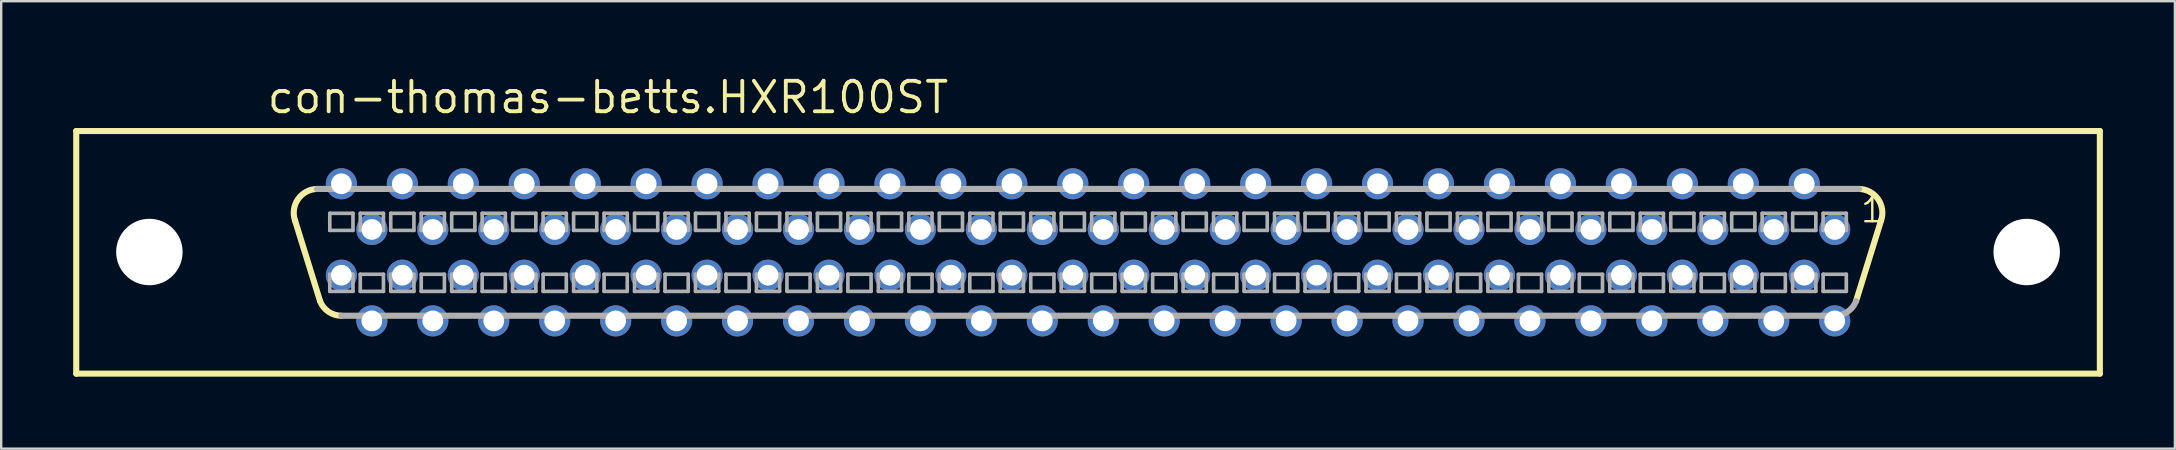
<source format=kicad_pcb>
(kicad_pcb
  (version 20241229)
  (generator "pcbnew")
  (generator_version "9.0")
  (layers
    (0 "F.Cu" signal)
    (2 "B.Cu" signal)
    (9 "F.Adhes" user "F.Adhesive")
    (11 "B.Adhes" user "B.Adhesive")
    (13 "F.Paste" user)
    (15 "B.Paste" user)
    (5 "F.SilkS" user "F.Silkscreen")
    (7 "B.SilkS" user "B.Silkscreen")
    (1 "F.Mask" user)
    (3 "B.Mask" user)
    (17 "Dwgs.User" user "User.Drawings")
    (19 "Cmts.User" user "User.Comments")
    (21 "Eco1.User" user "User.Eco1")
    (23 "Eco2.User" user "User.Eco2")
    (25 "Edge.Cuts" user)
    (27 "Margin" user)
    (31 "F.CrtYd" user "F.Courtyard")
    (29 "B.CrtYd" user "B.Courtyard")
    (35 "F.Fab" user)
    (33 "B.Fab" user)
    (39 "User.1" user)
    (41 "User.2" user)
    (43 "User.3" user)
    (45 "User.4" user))
  (footprint "con-thomas-betts.HXR100ST"
    (layer "F.Cu")
    (at 42.291 7.465)
    (property "Reference" "con-thomas-betts.HXR100ST" (at -34.29 -5.715 0) (layer "F.SilkS") (effects (font (size 1.27 1.27) (thickness 0.16)) (justify left bottom)))
    (attr through_hole)
    (fp_line (start -42.164 -5.055) (end 42.164 -5.055) (stroke (width 0.254) (type default)) (layer "F.SilkS"))
    (fp_line (start -42.164 5.055) (end -42.164 -5.055) (stroke (width 0.254) (type default)) (layer "F.SilkS"))
    (fp_line (start -32.004 2.032) (end -33.045 -1.321) (stroke (width 0.254) (type default)) (layer "F.SilkS"))
    (fp_line (start 32.004 2.032) (end 33.045 -1.321) (stroke (width 0.254) (type default)) (layer "F.SilkS"))
    (fp_line (start 42.164 -5.055) (end 42.164 5.055) (stroke (width 0.254) (type default)) (layer "F.SilkS"))
    (fp_line (start 42.164 5.055) (end -42.164 5.055) (stroke (width 0.254) (type default)) (layer "F.SilkS"))
    (fp_arc (start -33.0454 -1.3208) (mid -32.923543 -2.213361) (end -32.131 -2.6416) (stroke (width 0.254) (type default)) (layer "F.SilkS"))
    (fp_arc (start -31.115 2.6416) (mid -31.654029 2.474654) (end -32.004 2.032) (stroke (width 0.254) (type default)) (layer "F.SilkS"))
    (fp_arc (start 32.131 -2.6416) (mid 32.923543 -2.213361) (end 33.0454 -1.3208) (stroke (width 0.254) (type default)) (layer "F.SilkS"))
    (fp_line (start -31.598 -1.626) (end -31.598 -0.914) (stroke (width 0.152) (type default)) (layer "F.Fab"))
    (fp_line (start -31.598 -0.914) (end -30.632 -0.914) (stroke (width 0.152) (type default)) (layer "F.Fab"))
    (fp_line (start -31.598 0.914) (end -31.598 1.626) (stroke (width 0.152) (type default)) (layer "F.Fab"))
    (fp_line (start -31.598 1.626) (end -30.632 1.626) (stroke (width 0.152) (type default)) (layer "F.Fab"))
    (fp_line (start -30.632 -1.626) (end -31.598 -1.626) (stroke (width 0.152) (type default)) (layer "F.Fab"))
    (fp_line (start -30.632 -0.914) (end -30.632 -1.626) (stroke (width 0.152) (type default)) (layer "F.Fab"))
    (fp_line (start -30.632 0.914) (end -31.598 0.914) (stroke (width 0.152) (type default)) (layer "F.Fab"))
    (fp_line (start -30.632 1.626) (end -30.632 0.914) (stroke (width 0.152) (type default)) (layer "F.Fab"))
    (fp_line (start -30.328 -1.626) (end -30.328 -0.914) (stroke (width 0.152) (type default)) (layer "F.Fab"))
    (fp_line (start -30.328 -0.914) (end -29.362 -0.914) (stroke (width 0.152) (type default)) (layer "F.Fab"))
    (fp_line (start -30.328 0.914) (end -30.328 1.626) (stroke (width 0.152) (type default)) (layer "F.Fab"))
    (fp_line (start -30.328 1.626) (end -29.362 1.626) (stroke (width 0.152) (type default)) (layer "F.Fab"))
    (fp_line (start -29.362 -1.626) (end -30.328 -1.626) (stroke (width 0.152) (type default)) (layer "F.Fab"))
    (fp_line (start -29.362 -0.914) (end -29.362 -1.626) (stroke (width 0.152) (type default)) (layer "F.Fab"))
    (fp_line (start -29.362 0.914) (end -30.328 0.914) (stroke (width 0.152) (type default)) (layer "F.Fab"))
    (fp_line (start -29.362 1.626) (end -29.362 0.914) (stroke (width 0.152) (type default)) (layer "F.Fab"))
    (fp_line (start -29.058 -1.626) (end -29.058 -0.914) (stroke (width 0.152) (type default)) (layer "F.Fab"))
    (fp_line (start -29.058 -0.914) (end -28.092 -0.914) (stroke (width 0.152) (type default)) (layer "F.Fab"))
    (fp_line (start -29.058 0.914) (end -29.058 1.626) (stroke (width 0.152) (type default)) (layer "F.Fab"))
    (fp_line (start -29.058 1.626) (end -28.092 1.626) (stroke (width 0.152) (type default)) (layer "F.Fab"))
    (fp_line (start -28.092 -1.626) (end -29.058 -1.626) (stroke (width 0.152) (type default)) (layer "F.Fab"))
    (fp_line (start -28.092 -0.914) (end -28.092 -1.626) (stroke (width 0.152) (type default)) (layer "F.Fab"))
    (fp_line (start -28.092 0.914) (end -29.058 0.914) (stroke (width 0.152) (type default)) (layer "F.Fab"))
    (fp_line (start -28.092 1.626) (end -28.092 0.914) (stroke (width 0.152) (type default)) (layer "F.Fab"))
    (fp_line (start -27.788 -1.626) (end -27.788 -0.914) (stroke (width 0.152) (type default)) (layer "F.Fab"))
    (fp_line (start -27.788 -0.914) (end -26.822 -0.914) (stroke (width 0.152) (type default)) (layer "F.Fab"))
    (fp_line (start -27.788 0.914) (end -27.788 1.626) (stroke (width 0.152) (type default)) (layer "F.Fab"))
    (fp_line (start -27.788 1.626) (end -26.822 1.626) (stroke (width 0.152) (type default)) (layer "F.Fab"))
    (fp_line (start -26.822 -1.626) (end -27.788 -1.626) (stroke (width 0.152) (type default)) (layer "F.Fab"))
    (fp_line (start -26.822 -0.914) (end -26.822 -1.626) (stroke (width 0.152) (type default)) (layer "F.Fab"))
    (fp_line (start -26.822 0.914) (end -27.788 0.914) (stroke (width 0.152) (type default)) (layer "F.Fab"))
    (fp_line (start -26.822 1.626) (end -26.822 0.914) (stroke (width 0.152) (type default)) (layer "F.Fab"))
    (fp_line (start -26.518 -1.626) (end -26.518 -0.914) (stroke (width 0.152) (type default)) (layer "F.Fab"))
    (fp_line (start -26.518 -0.914) (end -25.552 -0.914) (stroke (width 0.152) (type default)) (layer "F.Fab"))
    (fp_line (start -26.518 0.914) (end -26.518 1.626) (stroke (width 0.152) (type default)) (layer "F.Fab"))
    (fp_line (start -26.518 1.626) (end -25.552 1.626) (stroke (width 0.152) (type default)) (layer "F.Fab"))
    (fp_line (start -25.552 -1.626) (end -26.518 -1.626) (stroke (width 0.152) (type default)) (layer "F.Fab"))
    (fp_line (start -25.552 -0.914) (end -25.552 -1.626) (stroke (width 0.152) (type default)) (layer "F.Fab"))
    (fp_line (start -25.552 0.914) (end -26.518 0.914) (stroke (width 0.152) (type default)) (layer "F.Fab"))
    (fp_line (start -25.552 1.626) (end -25.552 0.914) (stroke (width 0.152) (type default)) (layer "F.Fab"))
    (fp_line (start -25.248 -1.626) (end -25.248 -0.914) (stroke (width 0.152) (type default)) (layer "F.Fab"))
    (fp_line (start -25.248 -0.914) (end -24.282 -0.914) (stroke (width 0.152) (type default)) (layer "F.Fab"))
    (fp_line (start -25.248 0.914) (end -25.248 1.626) (stroke (width 0.152) (type default)) (layer "F.Fab"))
    (fp_line (start -25.248 1.626) (end -24.282 1.626) (stroke (width 0.152) (type default)) (layer "F.Fab"))
    (fp_line (start -24.282 -1.626) (end -25.248 -1.626) (stroke (width 0.152) (type default)) (layer "F.Fab"))
    (fp_line (start -24.282 -0.914) (end -24.282 -1.626) (stroke (width 0.152) (type default)) (layer "F.Fab"))
    (fp_line (start -24.282 0.914) (end -25.248 0.914) (stroke (width 0.152) (type default)) (layer "F.Fab"))
    (fp_line (start -24.282 1.626) (end -24.282 0.914) (stroke (width 0.152) (type default)) (layer "F.Fab"))
    (fp_line (start -23.978 -1.626) (end -23.978 -0.914) (stroke (width 0.152) (type default)) (layer "F.Fab"))
    (fp_line (start -23.978 -0.914) (end -23.012 -0.914) (stroke (width 0.152) (type default)) (layer "F.Fab"))
    (fp_line (start -23.978 0.914) (end -23.978 1.626) (stroke (width 0.152) (type default)) (layer "F.Fab"))
    (fp_line (start -23.978 1.626) (end -23.012 1.626) (stroke (width 0.152) (type default)) (layer "F.Fab"))
    (fp_line (start -23.012 -1.626) (end -23.978 -1.626) (stroke (width 0.152) (type default)) (layer "F.Fab"))
    (fp_line (start -23.012 -0.914) (end -23.012 -1.626) (stroke (width 0.152) (type default)) (layer "F.Fab"))
    (fp_line (start -23.012 0.914) (end -23.978 0.914) (stroke (width 0.152) (type default)) (layer "F.Fab"))
    (fp_line (start -23.012 1.626) (end -23.012 0.914) (stroke (width 0.152) (type default)) (layer "F.Fab"))
    (fp_line (start -22.708 -1.626) (end -22.708 -0.914) (stroke (width 0.152) (type default)) (layer "F.Fab"))
    (fp_line (start -22.708 -0.914) (end -21.742 -0.914) (stroke (width 0.152) (type default)) (layer "F.Fab"))
    (fp_line (start -22.708 0.914) (end -22.708 1.626) (stroke (width 0.152) (type default)) (layer "F.Fab"))
    (fp_line (start -22.708 1.626) (end -21.742 1.626) (stroke (width 0.152) (type default)) (layer "F.Fab"))
    (fp_line (start -21.742 -1.626) (end -22.708 -1.626) (stroke (width 0.152) (type default)) (layer "F.Fab"))
    (fp_line (start -21.742 -0.914) (end -21.742 -1.626) (stroke (width 0.152) (type default)) (layer "F.Fab"))
    (fp_line (start -21.742 0.914) (end -22.708 0.914) (stroke (width 0.152) (type default)) (layer "F.Fab"))
    (fp_line (start -21.742 1.626) (end -21.742 0.914) (stroke (width 0.152) (type default)) (layer "F.Fab"))
    (fp_line (start -21.438 -1.626) (end -21.438 -0.914) (stroke (width 0.152) (type default)) (layer "F.Fab"))
    (fp_line (start -21.438 -0.914) (end -20.472 -0.914) (stroke (width 0.152) (type default)) (layer "F.Fab"))
    (fp_line (start -21.438 0.914) (end -21.438 1.626) (stroke (width 0.152) (type default)) (layer "F.Fab"))
    (fp_line (start -21.438 1.626) (end -20.472 1.626) (stroke (width 0.152) (type default)) (layer "F.Fab"))
    (fp_line (start -20.472 -1.626) (end -21.438 -1.626) (stroke (width 0.152) (type default)) (layer "F.Fab"))
    (fp_line (start -20.472 -0.914) (end -20.472 -1.626) (stroke (width 0.152) (type default)) (layer "F.Fab"))
    (fp_line (start -20.472 0.914) (end -21.438 0.914) (stroke (width 0.152) (type default)) (layer "F.Fab"))
    (fp_line (start -20.472 1.626) (end -20.472 0.914) (stroke (width 0.152) (type default)) (layer "F.Fab"))
    (fp_line (start -20.168 -1.626) (end -20.168 -0.914) (stroke (width 0.152) (type default)) (layer "F.Fab"))
    (fp_line (start -20.168 -0.914) (end -19.202 -0.914) (stroke (width 0.152) (type default)) (layer "F.Fab"))
    (fp_line (start -20.168 0.914) (end -20.168 1.626) (stroke (width 0.152) (type default)) (layer "F.Fab"))
    (fp_line (start -20.168 1.626) (end -19.202 1.626) (stroke (width 0.152) (type default)) (layer "F.Fab"))
    (fp_line (start -19.202 -1.626) (end -20.168 -1.626) (stroke (width 0.152) (type default)) (layer "F.Fab"))
    (fp_line (start -19.202 -0.914) (end -19.202 -1.626) (stroke (width 0.152) (type default)) (layer "F.Fab"))
    (fp_line (start -19.202 0.914) (end -20.168 0.914) (stroke (width 0.152) (type default)) (layer "F.Fab"))
    (fp_line (start -19.202 1.626) (end -19.202 0.914) (stroke (width 0.152) (type default)) (layer "F.Fab"))
    (fp_line (start -18.898 -1.626) (end -18.898 -0.914) (stroke (width 0.152) (type default)) (layer "F.Fab"))
    (fp_line (start -18.898 -0.914) (end -17.932 -0.914) (stroke (width 0.152) (type default)) (layer "F.Fab"))
    (fp_line (start -18.898 0.914) (end -18.898 1.626) (stroke (width 0.152) (type default)) (layer "F.Fab"))
    (fp_line (start -18.898 1.626) (end -17.932 1.626) (stroke (width 0.152) (type default)) (layer "F.Fab"))
    (fp_line (start -17.932 -1.626) (end -18.898 -1.626) (stroke (width 0.152) (type default)) (layer "F.Fab"))
    (fp_line (start -17.932 -0.914) (end -17.932 -1.626) (stroke (width 0.152) (type default)) (layer "F.Fab"))
    (fp_line (start -17.932 0.914) (end -18.898 0.914) (stroke (width 0.152) (type default)) (layer "F.Fab"))
    (fp_line (start -17.932 1.626) (end -17.932 0.914) (stroke (width 0.152) (type default)) (layer "F.Fab"))
    (fp_line (start -17.628 -1.626) (end -17.628 -0.914) (stroke (width 0.152) (type default)) (layer "F.Fab"))
    (fp_line (start -17.628 -0.914) (end -16.662 -0.914) (stroke (width 0.152) (type default)) (layer "F.Fab"))
    (fp_line (start -17.628 0.914) (end -17.628 1.626) (stroke (width 0.152) (type default)) (layer "F.Fab"))
    (fp_line (start -17.628 1.626) (end -16.662 1.626) (stroke (width 0.152) (type default)) (layer "F.Fab"))
    (fp_line (start -16.662 -1.626) (end -17.628 -1.626) (stroke (width 0.152) (type default)) (layer "F.Fab"))
    (fp_line (start -16.662 -0.914) (end -16.662 -1.626) (stroke (width 0.152) (type default)) (layer "F.Fab"))
    (fp_line (start -16.662 0.914) (end -17.628 0.914) (stroke (width 0.152) (type default)) (layer "F.Fab"))
    (fp_line (start -16.662 1.626) (end -16.662 0.914) (stroke (width 0.152) (type default)) (layer "F.Fab"))
    (fp_line (start -16.358 -1.626) (end -16.358 -0.914) (stroke (width 0.152) (type default)) (layer "F.Fab"))
    (fp_line (start -16.358 -0.914) (end -15.392 -0.914) (stroke (width 0.152) (type default)) (layer "F.Fab"))
    (fp_line (start -16.358 0.914) (end -16.358 1.626) (stroke (width 0.152) (type default)) (layer "F.Fab"))
    (fp_line (start -16.358 1.626) (end -15.392 1.626) (stroke (width 0.152) (type default)) (layer "F.Fab"))
    (fp_line (start -15.392 -1.626) (end -16.358 -1.626) (stroke (width 0.152) (type default)) (layer "F.Fab"))
    (fp_line (start -15.392 -0.914) (end -15.392 -1.626) (stroke (width 0.152) (type default)) (layer "F.Fab"))
    (fp_line (start -15.392 0.914) (end -16.358 0.914) (stroke (width 0.152) (type default)) (layer "F.Fab"))
    (fp_line (start -15.392 1.626) (end -15.392 0.914) (stroke (width 0.152) (type default)) (layer "F.Fab"))
    (fp_line (start -15.088 -1.626) (end -15.088 -0.914) (stroke (width 0.152) (type default)) (layer "F.Fab"))
    (fp_line (start -15.088 -0.914) (end -14.122 -0.914) (stroke (width 0.152) (type default)) (layer "F.Fab"))
    (fp_line (start -15.088 0.914) (end -15.088 1.626) (stroke (width 0.152) (type default)) (layer "F.Fab"))
    (fp_line (start -15.088 1.626) (end -14.122 1.626) (stroke (width 0.152) (type default)) (layer "F.Fab"))
    (fp_line (start -14.122 -1.626) (end -15.088 -1.626) (stroke (width 0.152) (type default)) (layer "F.Fab"))
    (fp_line (start -14.122 -0.914) (end -14.122 -1.626) (stroke (width 0.152) (type default)) (layer "F.Fab"))
    (fp_line (start -14.122 0.914) (end -15.088 0.914) (stroke (width 0.152) (type default)) (layer "F.Fab"))
    (fp_line (start -14.122 1.626) (end -14.122 0.914) (stroke (width 0.152) (type default)) (layer "F.Fab"))
    (fp_line (start -13.818 -1.626) (end -13.818 -0.914) (stroke (width 0.152) (type default)) (layer "F.Fab"))
    (fp_line (start -13.818 -0.914) (end -12.852 -0.914) (stroke (width 0.152) (type default)) (layer "F.Fab"))
    (fp_line (start -13.818 0.914) (end -13.818 1.626) (stroke (width 0.152) (type default)) (layer "F.Fab"))
    (fp_line (start -13.818 1.626) (end -12.852 1.626) (stroke (width 0.152) (type default)) (layer "F.Fab"))
    (fp_line (start -12.852 -1.626) (end -13.818 -1.626) (stroke (width 0.152) (type default)) (layer "F.Fab"))
    (fp_line (start -12.852 -0.914) (end -12.852 -1.626) (stroke (width 0.152) (type default)) (layer "F.Fab"))
    (fp_line (start -12.852 0.914) (end -13.818 0.914) (stroke (width 0.152) (type default)) (layer "F.Fab"))
    (fp_line (start -12.852 1.626) (end -12.852 0.914) (stroke (width 0.152) (type default)) (layer "F.Fab"))
    (fp_line (start -12.548 -1.626) (end -12.548 -0.914) (stroke (width 0.152) (type default)) (layer "F.Fab"))
    (fp_line (start -12.548 -0.914) (end -11.582 -0.914) (stroke (width 0.152) (type default)) (layer "F.Fab"))
    (fp_line (start -12.548 0.914) (end -12.548 1.626) (stroke (width 0.152) (type default)) (layer "F.Fab"))
    (fp_line (start -12.548 1.626) (end -11.582 1.626) (stroke (width 0.152) (type default)) (layer "F.Fab"))
    (fp_line (start -11.582 -1.626) (end -12.548 -1.626) (stroke (width 0.152) (type default)) (layer "F.Fab"))
    (fp_line (start -11.582 -0.914) (end -11.582 -1.626) (stroke (width 0.152) (type default)) (layer "F.Fab"))
    (fp_line (start -11.582 0.914) (end -12.548 0.914) (stroke (width 0.152) (type default)) (layer "F.Fab"))
    (fp_line (start -11.582 1.626) (end -11.582 0.914) (stroke (width 0.152) (type default)) (layer "F.Fab"))
    (fp_line (start -11.278 -1.626) (end -11.278 -0.914) (stroke (width 0.152) (type default)) (layer "F.Fab"))
    (fp_line (start -11.278 -0.914) (end -10.312 -0.914) (stroke (width 0.152) (type default)) (layer "F.Fab"))
    (fp_line (start -11.278 0.914) (end -11.278 1.626) (stroke (width 0.152) (type default)) (layer "F.Fab"))
    (fp_line (start -11.278 1.626) (end -10.312 1.626) (stroke (width 0.152) (type default)) (layer "F.Fab"))
    (fp_line (start -10.312 -1.626) (end -11.278 -1.626) (stroke (width 0.152) (type default)) (layer "F.Fab"))
    (fp_line (start -10.312 -0.914) (end -10.312 -1.626) (stroke (width 0.152) (type default)) (layer "F.Fab"))
    (fp_line (start -10.312 0.914) (end -11.278 0.914) (stroke (width 0.152) (type default)) (layer "F.Fab"))
    (fp_line (start -10.312 1.626) (end -10.312 0.914) (stroke (width 0.152) (type default)) (layer "F.Fab"))
    (fp_line (start -10.008 -1.626) (end -10.008 -0.914) (stroke (width 0.152) (type default)) (layer "F.Fab"))
    (fp_line (start -10.008 -0.914) (end -9.042 -0.914) (stroke (width 0.152) (type default)) (layer "F.Fab"))
    (fp_line (start -10.008 0.914) (end -10.008 1.626) (stroke (width 0.152) (type default)) (layer "F.Fab"))
    (fp_line (start -10.008 1.626) (end -9.042 1.626) (stroke (width 0.152) (type default)) (layer "F.Fab"))
    (fp_line (start -9.042 -1.626) (end -10.008 -1.626) (stroke (width 0.152) (type default)) (layer "F.Fab"))
    (fp_line (start -9.042 -0.914) (end -9.042 -1.626) (stroke (width 0.152) (type default)) (layer "F.Fab"))
    (fp_line (start -9.042 0.914) (end -10.008 0.914) (stroke (width 0.152) (type default)) (layer "F.Fab"))
    (fp_line (start -9.042 1.626) (end -9.042 0.914) (stroke (width 0.152) (type default)) (layer "F.Fab"))
    (fp_line (start -8.738 -1.626) (end -8.738 -0.914) (stroke (width 0.152) (type default)) (layer "F.Fab"))
    (fp_line (start -8.738 -0.914) (end -7.772 -0.914) (stroke (width 0.152) (type default)) (layer "F.Fab"))
    (fp_line (start -8.738 0.914) (end -8.738 1.626) (stroke (width 0.152) (type default)) (layer "F.Fab"))
    (fp_line (start -8.738 1.626) (end -7.772 1.626) (stroke (width 0.152) (type default)) (layer "F.Fab"))
    (fp_line (start -7.772 -1.626) (end -8.738 -1.626) (stroke (width 0.152) (type default)) (layer "F.Fab"))
    (fp_line (start -7.772 -0.914) (end -7.772 -1.626) (stroke (width 0.152) (type default)) (layer "F.Fab"))
    (fp_line (start -7.772 0.914) (end -8.738 0.914) (stroke (width 0.152) (type default)) (layer "F.Fab"))
    (fp_line (start -7.772 1.626) (end -7.772 0.914) (stroke (width 0.152) (type default)) (layer "F.Fab"))
    (fp_line (start -7.468 -1.626) (end -7.468 -0.914) (stroke (width 0.152) (type default)) (layer "F.Fab"))
    (fp_line (start -7.468 -0.914) (end -6.502 -0.914) (stroke (width 0.152) (type default)) (layer "F.Fab"))
    (fp_line (start -7.468 0.914) (end -7.468 1.626) (stroke (width 0.152) (type default)) (layer "F.Fab"))
    (fp_line (start -7.468 1.626) (end -6.502 1.626) (stroke (width 0.152) (type default)) (layer "F.Fab"))
    (fp_line (start -6.502 -1.626) (end -7.468 -1.626) (stroke (width 0.152) (type default)) (layer "F.Fab"))
    (fp_line (start -6.502 -0.914) (end -6.502 -1.626) (stroke (width 0.152) (type default)) (layer "F.Fab"))
    (fp_line (start -6.502 0.914) (end -7.468 0.914) (stroke (width 0.152) (type default)) (layer "F.Fab"))
    (fp_line (start -6.502 1.626) (end -6.502 0.914) (stroke (width 0.152) (type default)) (layer "F.Fab"))
    (fp_line (start -6.198 -1.626) (end -6.198 -0.914) (stroke (width 0.152) (type default)) (layer "F.Fab"))
    (fp_line (start -6.198 -0.914) (end -5.232 -0.914) (stroke (width 0.152) (type default)) (layer "F.Fab"))
    (fp_line (start -6.198 0.914) (end -6.198 1.626) (stroke (width 0.152) (type default)) (layer "F.Fab"))
    (fp_line (start -6.198 1.626) (end -5.232 1.626) (stroke (width 0.152) (type default)) (layer "F.Fab"))
    (fp_line (start -5.232 -1.626) (end -6.198 -1.626) (stroke (width 0.152) (type default)) (layer "F.Fab"))
    (fp_line (start -5.232 -0.914) (end -5.232 -1.626) (stroke (width 0.152) (type default)) (layer "F.Fab"))
    (fp_line (start -5.232 0.914) (end -6.198 0.914) (stroke (width 0.152) (type default)) (layer "F.Fab"))
    (fp_line (start -5.232 1.626) (end -5.232 0.914) (stroke (width 0.152) (type default)) (layer "F.Fab"))
    (fp_line (start -4.928 -1.626) (end -4.928 -0.914) (stroke (width 0.152) (type default)) (layer "F.Fab"))
    (fp_line (start -4.928 -0.914) (end -3.962 -0.914) (stroke (width 0.152) (type default)) (layer "F.Fab"))
    (fp_line (start -4.928 0.914) (end -4.928 1.626) (stroke (width 0.152) (type default)) (layer "F.Fab"))
    (fp_line (start -4.928 1.626) (end -3.962 1.626) (stroke (width 0.152) (type default)) (layer "F.Fab"))
    (fp_line (start -3.962 -1.626) (end -4.928 -1.626) (stroke (width 0.152) (type default)) (layer "F.Fab"))
    (fp_line (start -3.962 -0.914) (end -3.962 -1.626) (stroke (width 0.152) (type default)) (layer "F.Fab"))
    (fp_line (start -3.962 0.914) (end -4.928 0.914) (stroke (width 0.152) (type default)) (layer "F.Fab"))
    (fp_line (start -3.962 1.626) (end -3.962 0.914) (stroke (width 0.152) (type default)) (layer "F.Fab"))
    (fp_line (start -3.658 -1.626) (end -3.658 -0.914) (stroke (width 0.152) (type default)) (layer "F.Fab"))
    (fp_line (start -3.658 -0.914) (end -2.692 -0.914) (stroke (width 0.152) (type default)) (layer "F.Fab"))
    (fp_line (start -3.658 0.914) (end -3.658 1.626) (stroke (width 0.152) (type default)) (layer "F.Fab"))
    (fp_line (start -3.658 1.626) (end -2.692 1.626) (stroke (width 0.152) (type default)) (layer "F.Fab"))
    (fp_line (start -2.692 -1.626) (end -3.658 -1.626) (stroke (width 0.152) (type default)) (layer "F.Fab"))
    (fp_line (start -2.692 -0.914) (end -2.692 -1.626) (stroke (width 0.152) (type default)) (layer "F.Fab"))
    (fp_line (start -2.692 0.914) (end -3.658 0.914) (stroke (width 0.152) (type default)) (layer "F.Fab"))
    (fp_line (start -2.692 1.626) (end -2.692 0.914) (stroke (width 0.152) (type default)) (layer "F.Fab"))
    (fp_line (start -2.388 -1.626) (end -2.388 -0.914) (stroke (width 0.152) (type default)) (layer "F.Fab"))
    (fp_line (start -2.388 -0.914) (end -1.422 -0.914) (stroke (width 0.152) (type default)) (layer "F.Fab"))
    (fp_line (start -2.388 0.914) (end -2.388 1.626) (stroke (width 0.152) (type default)) (layer "F.Fab"))
    (fp_line (start -2.388 1.626) (end -1.422 1.626) (stroke (width 0.152) (type default)) (layer "F.Fab"))
    (fp_line (start -1.422 -1.626) (end -2.388 -1.626) (stroke (width 0.152) (type default)) (layer "F.Fab"))
    (fp_line (start -1.422 -0.914) (end -1.422 -1.626) (stroke (width 0.152) (type default)) (layer "F.Fab"))
    (fp_line (start -1.422 0.914) (end -2.388 0.914) (stroke (width 0.152) (type default)) (layer "F.Fab"))
    (fp_line (start -1.422 1.626) (end -1.422 0.914) (stroke (width 0.152) (type default)) (layer "F.Fab"))
    (fp_line (start -1.118 -1.626) (end -1.118 -0.914) (stroke (width 0.152) (type default)) (layer "F.Fab"))
    (fp_line (start -1.118 -0.914) (end -0.152 -0.914) (stroke (width 0.152) (type default)) (layer "F.Fab"))
    (fp_line (start -1.118 0.914) (end -1.118 1.626) (stroke (width 0.152) (type default)) (layer "F.Fab"))
    (fp_line (start -1.118 1.626) (end -0.152 1.626) (stroke (width 0.152) (type default)) (layer "F.Fab"))
    (fp_line (start -0.152 -1.626) (end -1.118 -1.626) (stroke (width 0.152) (type default)) (layer "F.Fab"))
    (fp_line (start -0.152 -0.914) (end -0.152 -1.626) (stroke (width 0.152) (type default)) (layer "F.Fab"))
    (fp_line (start -0.152 0.914) (end -1.118 0.914) (stroke (width 0.152) (type default)) (layer "F.Fab"))
    (fp_line (start -0.152 1.626) (end -0.152 0.914) (stroke (width 0.152) (type default)) (layer "F.Fab"))
    (fp_line (start 0.152 -1.626) (end 0.152 -0.914) (stroke (width 0.152) (type default)) (layer "F.Fab"))
    (fp_line (start 0.152 -0.914) (end 1.118 -0.914) (stroke (width 0.152) (type default)) (layer "F.Fab"))
    (fp_line (start 0.152 0.914) (end 0.152 1.626) (stroke (width 0.152) (type default)) (layer "F.Fab"))
    (fp_line (start 0.152 1.626) (end 1.118 1.626) (stroke (width 0.152) (type default)) (layer "F.Fab"))
    (fp_line (start 1.118 -1.626) (end 0.152 -1.626) (stroke (width 0.152) (type default)) (layer "F.Fab"))
    (fp_line (start 1.118 -0.914) (end 1.118 -1.626) (stroke (width 0.152) (type default)) (layer "F.Fab"))
    (fp_line (start 1.118 0.914) (end 0.152 0.914) (stroke (width 0.152) (type default)) (layer "F.Fab"))
    (fp_line (start 1.118 1.626) (end 1.118 0.914) (stroke (width 0.152) (type default)) (layer "F.Fab"))
    (fp_line (start 1.422 -1.626) (end 1.422 -0.914) (stroke (width 0.152) (type default)) (layer "F.Fab"))
    (fp_line (start 1.422 -0.914) (end 2.388 -0.914) (stroke (width 0.152) (type default)) (layer "F.Fab"))
    (fp_line (start 1.422 0.914) (end 1.422 1.626) (stroke (width 0.152) (type default)) (layer "F.Fab"))
    (fp_line (start 1.422 1.626) (end 2.388 1.626) (stroke (width 0.152) (type default)) (layer "F.Fab"))
    (fp_line (start 2.388 -1.626) (end 1.422 -1.626) (stroke (width 0.152) (type default)) (layer "F.Fab"))
    (fp_line (start 2.388 -0.914) (end 2.388 -1.626) (stroke (width 0.152) (type default)) (layer "F.Fab"))
    (fp_line (start 2.388 0.914) (end 1.422 0.914) (stroke (width 0.152) (type default)) (layer "F.Fab"))
    (fp_line (start 2.388 1.626) (end 2.388 0.914) (stroke (width 0.152) (type default)) (layer "F.Fab"))
    (fp_line (start 2.692 -1.626) (end 2.692 -0.914) (stroke (width 0.152) (type default)) (layer "F.Fab"))
    (fp_line (start 2.692 -0.914) (end 3.658 -0.914) (stroke (width 0.152) (type default)) (layer "F.Fab"))
    (fp_line (start 2.692 0.914) (end 2.692 1.626) (stroke (width 0.152) (type default)) (layer "F.Fab"))
    (fp_line (start 2.692 1.626) (end 3.658 1.626) (stroke (width 0.152) (type default)) (layer "F.Fab"))
    (fp_line (start 3.658 -1.626) (end 2.692 -1.626) (stroke (width 0.152) (type default)) (layer "F.Fab"))
    (fp_line (start 3.658 -0.914) (end 3.658 -1.626) (stroke (width 0.152) (type default)) (layer "F.Fab"))
    (fp_line (start 3.658 0.914) (end 2.692 0.914) (stroke (width 0.152) (type default)) (layer "F.Fab"))
    (fp_line (start 3.658 1.626) (end 3.658 0.914) (stroke (width 0.152) (type default)) (layer "F.Fab"))
    (fp_line (start 3.962 -1.626) (end 3.962 -0.914) (stroke (width 0.152) (type default)) (layer "F.Fab"))
    (fp_line (start 3.962 -0.914) (end 4.928 -0.914) (stroke (width 0.152) (type default)) (layer "F.Fab"))
    (fp_line (start 3.962 0.914) (end 3.962 1.626) (stroke (width 0.152) (type default)) (layer "F.Fab"))
    (fp_line (start 3.962 1.626) (end 4.928 1.626) (stroke (width 0.152) (type default)) (layer "F.Fab"))
    (fp_line (start 4.928 -1.626) (end 3.962 -1.626) (stroke (width 0.152) (type default)) (layer "F.Fab"))
    (fp_line (start 4.928 -0.914) (end 4.928 -1.626) (stroke (width 0.152) (type default)) (layer "F.Fab"))
    (fp_line (start 4.928 0.914) (end 3.962 0.914) (stroke (width 0.152) (type default)) (layer "F.Fab"))
    (fp_line (start 4.928 1.626) (end 4.928 0.914) (stroke (width 0.152) (type default)) (layer "F.Fab"))
    (fp_line (start 5.232 -1.626) (end 5.232 -0.914) (stroke (width 0.152) (type default)) (layer "F.Fab"))
    (fp_line (start 5.232 -0.914) (end 6.198 -0.914) (stroke (width 0.152) (type default)) (layer "F.Fab"))
    (fp_line (start 5.232 0.914) (end 5.232 1.626) (stroke (width 0.152) (type default)) (layer "F.Fab"))
    (fp_line (start 5.232 1.626) (end 6.198 1.626) (stroke (width 0.152) (type default)) (layer "F.Fab"))
    (fp_line (start 6.198 -1.626) (end 5.232 -1.626) (stroke (width 0.152) (type default)) (layer "F.Fab"))
    (fp_line (start 6.198 -0.914) (end 6.198 -1.626) (stroke (width 0.152) (type default)) (layer "F.Fab"))
    (fp_line (start 6.198 0.914) (end 5.232 0.914) (stroke (width 0.152) (type default)) (layer "F.Fab"))
    (fp_line (start 6.198 1.626) (end 6.198 0.914) (stroke (width 0.152) (type default)) (layer "F.Fab"))
    (fp_line (start 6.502 -1.626) (end 6.502 -0.914) (stroke (width 0.152) (type default)) (layer "F.Fab"))
    (fp_line (start 6.502 -0.914) (end 7.468 -0.914) (stroke (width 0.152) (type default)) (layer "F.Fab"))
    (fp_line (start 6.502 0.914) (end 6.502 1.626) (stroke (width 0.152) (type default)) (layer "F.Fab"))
    (fp_line (start 6.502 1.626) (end 7.468 1.626) (stroke (width 0.152) (type default)) (layer "F.Fab"))
    (fp_line (start 7.468 -1.626) (end 6.502 -1.626) (stroke (width 0.152) (type default)) (layer "F.Fab"))
    (fp_line (start 7.468 -0.914) (end 7.468 -1.626) (stroke (width 0.152) (type default)) (layer "F.Fab"))
    (fp_line (start 7.468 0.914) (end 6.502 0.914) (stroke (width 0.152) (type default)) (layer "F.Fab"))
    (fp_line (start 7.468 1.626) (end 7.468 0.914) (stroke (width 0.152) (type default)) (layer "F.Fab"))
    (fp_line (start 7.772 -1.626) (end 7.772 -0.914) (stroke (width 0.152) (type default)) (layer "F.Fab"))
    (fp_line (start 7.772 -0.914) (end 8.738 -0.914) (stroke (width 0.152) (type default)) (layer "F.Fab"))
    (fp_line (start 7.772 0.914) (end 7.772 1.626) (stroke (width 0.152) (type default)) (layer "F.Fab"))
    (fp_line (start 7.772 1.626) (end 8.738 1.626) (stroke (width 0.152) (type default)) (layer "F.Fab"))
    (fp_line (start 8.738 -1.626) (end 7.772 -1.626) (stroke (width 0.152) (type default)) (layer "F.Fab"))
    (fp_line (start 8.738 -0.914) (end 8.738 -1.626) (stroke (width 0.152) (type default)) (layer "F.Fab"))
    (fp_line (start 8.738 0.914) (end 7.772 0.914) (stroke (width 0.152) (type default)) (layer "F.Fab"))
    (fp_line (start 8.738 1.626) (end 8.738 0.914) (stroke (width 0.152) (type default)) (layer "F.Fab"))
    (fp_line (start 9.042 -1.626) (end 9.042 -0.914) (stroke (width 0.152) (type default)) (layer "F.Fab"))
    (fp_line (start 9.042 -0.914) (end 10.008 -0.914) (stroke (width 0.152) (type default)) (layer "F.Fab"))
    (fp_line (start 9.042 0.914) (end 9.042 1.626) (stroke (width 0.152) (type default)) (layer "F.Fab"))
    (fp_line (start 9.042 1.626) (end 10.008 1.626) (stroke (width 0.152) (type default)) (layer "F.Fab"))
    (fp_line (start 10.008 -1.626) (end 9.042 -1.626) (stroke (width 0.152) (type default)) (layer "F.Fab"))
    (fp_line (start 10.008 -0.914) (end 10.008 -1.626) (stroke (width 0.152) (type default)) (layer "F.Fab"))
    (fp_line (start 10.008 0.914) (end 9.042 0.914) (stroke (width 0.152) (type default)) (layer "F.Fab"))
    (fp_line (start 10.008 1.626) (end 10.008 0.914) (stroke (width 0.152) (type default)) (layer "F.Fab"))
    (fp_line (start 10.312 -1.626) (end 10.312 -0.914) (stroke (width 0.152) (type default)) (layer "F.Fab"))
    (fp_line (start 10.312 -0.914) (end 11.278 -0.914) (stroke (width 0.152) (type default)) (layer "F.Fab"))
    (fp_line (start 10.312 0.914) (end 10.312 1.626) (stroke (width 0.152) (type default)) (layer "F.Fab"))
    (fp_line (start 10.312 1.626) (end 11.278 1.626) (stroke (width 0.152) (type default)) (layer "F.Fab"))
    (fp_line (start 11.278 -1.626) (end 10.312 -1.626) (stroke (width 0.152) (type default)) (layer "F.Fab"))
    (fp_line (start 11.278 -0.914) (end 11.278 -1.626) (stroke (width 0.152) (type default)) (layer "F.Fab"))
    (fp_line (start 11.278 0.914) (end 10.312 0.914) (stroke (width 0.152) (type default)) (layer "F.Fab"))
    (fp_line (start 11.278 1.626) (end 11.278 0.914) (stroke (width 0.152) (type default)) (layer "F.Fab"))
    (fp_line (start 11.582 -1.626) (end 11.582 -0.914) (stroke (width 0.152) (type default)) (layer "F.Fab"))
    (fp_line (start 11.582 -0.914) (end 12.548 -0.914) (stroke (width 0.152) (type default)) (layer "F.Fab"))
    (fp_line (start 11.582 0.914) (end 11.582 1.626) (stroke (width 0.152) (type default)) (layer "F.Fab"))
    (fp_line (start 11.582 1.626) (end 12.548 1.626) (stroke (width 0.152) (type default)) (layer "F.Fab"))
    (fp_line (start 12.548 -1.626) (end 11.582 -1.626) (stroke (width 0.152) (type default)) (layer "F.Fab"))
    (fp_line (start 12.548 -0.914) (end 12.548 -1.626) (stroke (width 0.152) (type default)) (layer "F.Fab"))
    (fp_line (start 12.548 0.914) (end 11.582 0.914) (stroke (width 0.152) (type default)) (layer "F.Fab"))
    (fp_line (start 12.548 1.626) (end 12.548 0.914) (stroke (width 0.152) (type default)) (layer "F.Fab"))
    (fp_line (start 12.852 -1.626) (end 12.852 -0.914) (stroke (width 0.152) (type default)) (layer "F.Fab"))
    (fp_line (start 12.852 -0.914) (end 13.818 -0.914) (stroke (width 0.152) (type default)) (layer "F.Fab"))
    (fp_line (start 12.852 0.914) (end 12.852 1.626) (stroke (width 0.152) (type default)) (layer "F.Fab"))
    (fp_line (start 12.852 1.626) (end 13.818 1.626) (stroke (width 0.152) (type default)) (layer "F.Fab"))
    (fp_line (start 13.818 -1.626) (end 12.852 -1.626) (stroke (width 0.152) (type default)) (layer "F.Fab"))
    (fp_line (start 13.818 -0.914) (end 13.818 -1.626) (stroke (width 0.152) (type default)) (layer "F.Fab"))
    (fp_line (start 13.818 0.914) (end 12.852 0.914) (stroke (width 0.152) (type default)) (layer "F.Fab"))
    (fp_line (start 13.818 1.626) (end 13.818 0.914) (stroke (width 0.152) (type default)) (layer "F.Fab"))
    (fp_line (start 14.122 -1.626) (end 14.122 -0.914) (stroke (width 0.152) (type default)) (layer "F.Fab"))
    (fp_line (start 14.122 -0.914) (end 15.088 -0.914) (stroke (width 0.152) (type default)) (layer "F.Fab"))
    (fp_line (start 14.122 0.914) (end 14.122 1.626) (stroke (width 0.152) (type default)) (layer "F.Fab"))
    (fp_line (start 14.122 1.626) (end 15.088 1.626) (stroke (width 0.152) (type default)) (layer "F.Fab"))
    (fp_line (start 15.088 -1.626) (end 14.122 -1.626) (stroke (width 0.152) (type default)) (layer "F.Fab"))
    (fp_line (start 15.088 -0.914) (end 15.088 -1.626) (stroke (width 0.152) (type default)) (layer "F.Fab"))
    (fp_line (start 15.088 0.914) (end 14.122 0.914) (stroke (width 0.152) (type default)) (layer "F.Fab"))
    (fp_line (start 15.088 1.626) (end 15.088 0.914) (stroke (width 0.152) (type default)) (layer "F.Fab"))
    (fp_line (start 15.392 -1.626) (end 15.392 -0.914) (stroke (width 0.152) (type default)) (layer "F.Fab"))
    (fp_line (start 15.392 -0.914) (end 16.358 -0.914) (stroke (width 0.152) (type default)) (layer "F.Fab"))
    (fp_line (start 15.392 0.914) (end 15.392 1.626) (stroke (width 0.152) (type default)) (layer "F.Fab"))
    (fp_line (start 15.392 1.626) (end 16.358 1.626) (stroke (width 0.152) (type default)) (layer "F.Fab"))
    (fp_line (start 16.358 -1.626) (end 15.392 -1.626) (stroke (width 0.152) (type default)) (layer "F.Fab"))
    (fp_line (start 16.358 -0.914) (end 16.358 -1.626) (stroke (width 0.152) (type default)) (layer "F.Fab"))
    (fp_line (start 16.358 0.914) (end 15.392 0.914) (stroke (width 0.152) (type default)) (layer "F.Fab"))
    (fp_line (start 16.358 1.626) (end 16.358 0.914) (stroke (width 0.152) (type default)) (layer "F.Fab"))
    (fp_line (start 16.662 -1.626) (end 16.662 -0.914) (stroke (width 0.152) (type default)) (layer "F.Fab"))
    (fp_line (start 16.662 -0.914) (end 17.628 -0.914) (stroke (width 0.152) (type default)) (layer "F.Fab"))
    (fp_line (start 16.662 0.914) (end 16.662 1.626) (stroke (width 0.152) (type default)) (layer "F.Fab"))
    (fp_line (start 16.662 1.626) (end 17.628 1.626) (stroke (width 0.152) (type default)) (layer "F.Fab"))
    (fp_line (start 17.628 -1.626) (end 16.662 -1.626) (stroke (width 0.152) (type default)) (layer "F.Fab"))
    (fp_line (start 17.628 -0.914) (end 17.628 -1.626) (stroke (width 0.152) (type default)) (layer "F.Fab"))
    (fp_line (start 17.628 0.914) (end 16.662 0.914) (stroke (width 0.152) (type default)) (layer "F.Fab"))
    (fp_line (start 17.628 1.626) (end 17.628 0.914) (stroke (width 0.152) (type default)) (layer "F.Fab"))
    (fp_line (start 17.932 -1.626) (end 17.932 -0.914) (stroke (width 0.152) (type default)) (layer "F.Fab"))
    (fp_line (start 17.932 -0.914) (end 18.898 -0.914) (stroke (width 0.152) (type default)) (layer "F.Fab"))
    (fp_line (start 17.932 0.914) (end 17.932 1.626) (stroke (width 0.152) (type default)) (layer "F.Fab"))
    (fp_line (start 17.932 1.626) (end 18.898 1.626) (stroke (width 0.152) (type default)) (layer "F.Fab"))
    (fp_line (start 18.898 -1.626) (end 17.932 -1.626) (stroke (width 0.152) (type default)) (layer "F.Fab"))
    (fp_line (start 18.898 -0.914) (end 18.898 -1.626) (stroke (width 0.152) (type default)) (layer "F.Fab"))
    (fp_line (start 18.898 0.914) (end 17.932 0.914) (stroke (width 0.152) (type default)) (layer "F.Fab"))
    (fp_line (start 18.898 1.626) (end 18.898 0.914) (stroke (width 0.152) (type default)) (layer "F.Fab"))
    (fp_line (start 19.202 -1.626) (end 19.202 -0.914) (stroke (width 0.152) (type default)) (layer "F.Fab"))
    (fp_line (start 19.202 -0.914) (end 20.168 -0.914) (stroke (width 0.152) (type default)) (layer "F.Fab"))
    (fp_line (start 19.202 0.914) (end 19.202 1.626) (stroke (width 0.152) (type default)) (layer "F.Fab"))
    (fp_line (start 19.202 1.626) (end 20.168 1.626) (stroke (width 0.152) (type default)) (layer "F.Fab"))
    (fp_line (start 20.168 -1.626) (end 19.202 -1.626) (stroke (width 0.152) (type default)) (layer "F.Fab"))
    (fp_line (start 20.168 -0.914) (end 20.168 -1.626) (stroke (width 0.152) (type default)) (layer "F.Fab"))
    (fp_line (start 20.168 0.914) (end 19.202 0.914) (stroke (width 0.152) (type default)) (layer "F.Fab"))
    (fp_line (start 20.168 1.626) (end 20.168 0.914) (stroke (width 0.152) (type default)) (layer "F.Fab"))
    (fp_line (start 20.472 -1.626) (end 20.472 -0.914) (stroke (width 0.152) (type default)) (layer "F.Fab"))
    (fp_line (start 20.472 -0.914) (end 21.438 -0.914) (stroke (width 0.152) (type default)) (layer "F.Fab"))
    (fp_line (start 20.472 0.914) (end 20.472 1.626) (stroke (width 0.152) (type default)) (layer "F.Fab"))
    (fp_line (start 20.472 1.626) (end 21.438 1.626) (stroke (width 0.152) (type default)) (layer "F.Fab"))
    (fp_line (start 21.438 -1.626) (end 20.472 -1.626) (stroke (width 0.152) (type default)) (layer "F.Fab"))
    (fp_line (start 21.438 -0.914) (end 21.438 -1.626) (stroke (width 0.152) (type default)) (layer "F.Fab"))
    (fp_line (start 21.438 0.914) (end 20.472 0.914) (stroke (width 0.152) (type default)) (layer "F.Fab"))
    (fp_line (start 21.438 1.626) (end 21.438 0.914) (stroke (width 0.152) (type default)) (layer "F.Fab"))
    (fp_line (start 21.742 -1.626) (end 21.742 -0.914) (stroke (width 0.152) (type default)) (layer "F.Fab"))
    (fp_line (start 21.742 -0.914) (end 22.708 -0.914) (stroke (width 0.152) (type default)) (layer "F.Fab"))
    (fp_line (start 21.742 0.914) (end 21.742 1.626) (stroke (width 0.152) (type default)) (layer "F.Fab"))
    (fp_line (start 21.742 1.626) (end 22.708 1.626) (stroke (width 0.152) (type default)) (layer "F.Fab"))
    (fp_line (start 22.708 -1.626) (end 21.742 -1.626) (stroke (width 0.152) (type default)) (layer "F.Fab"))
    (fp_line (start 22.708 -0.914) (end 22.708 -1.626) (stroke (width 0.152) (type default)) (layer "F.Fab"))
    (fp_line (start 22.708 0.914) (end 21.742 0.914) (stroke (width 0.152) (type default)) (layer "F.Fab"))
    (fp_line (start 22.708 1.626) (end 22.708 0.914) (stroke (width 0.152) (type default)) (layer "F.Fab"))
    (fp_line (start 23.012 -1.626) (end 23.012 -0.914) (stroke (width 0.152) (type default)) (layer "F.Fab"))
    (fp_line (start 23.012 -0.914) (end 23.978 -0.914) (stroke (width 0.152) (type default)) (layer "F.Fab"))
    (fp_line (start 23.012 0.914) (end 23.012 1.626) (stroke (width 0.152) (type default)) (layer "F.Fab"))
    (fp_line (start 23.012 1.626) (end 23.978 1.626) (stroke (width 0.152) (type default)) (layer "F.Fab"))
    (fp_line (start 23.978 -1.626) (end 23.012 -1.626) (stroke (width 0.152) (type default)) (layer "F.Fab"))
    (fp_line (start 23.978 -0.914) (end 23.978 -1.626) (stroke (width 0.152) (type default)) (layer "F.Fab"))
    (fp_line (start 23.978 0.914) (end 23.012 0.914) (stroke (width 0.152) (type default)) (layer "F.Fab"))
    (fp_line (start 23.978 1.626) (end 23.978 0.914) (stroke (width 0.152) (type default)) (layer "F.Fab"))
    (fp_line (start 24.282 -1.626) (end 24.282 -0.914) (stroke (width 0.152) (type default)) (layer "F.Fab"))
    (fp_line (start 24.282 -0.914) (end 25.248 -0.914) (stroke (width 0.152) (type default)) (layer "F.Fab"))
    (fp_line (start 24.282 0.914) (end 24.282 1.626) (stroke (width 0.152) (type default)) (layer "F.Fab"))
    (fp_line (start 24.282 1.626) (end 25.248 1.626) (stroke (width 0.152) (type default)) (layer "F.Fab"))
    (fp_line (start 25.248 -1.626) (end 24.282 -1.626) (stroke (width 0.152) (type default)) (layer "F.Fab"))
    (fp_line (start 25.248 -0.914) (end 25.248 -1.626) (stroke (width 0.152) (type default)) (layer "F.Fab"))
    (fp_line (start 25.248 0.914) (end 24.282 0.914) (stroke (width 0.152) (type default)) (layer "F.Fab"))
    (fp_line (start 25.248 1.626) (end 25.248 0.914) (stroke (width 0.152) (type default)) (layer "F.Fab"))
    (fp_line (start 25.552 -1.626) (end 25.552 -0.914) (stroke (width 0.152) (type default)) (layer "F.Fab"))
    (fp_line (start 25.552 -0.914) (end 26.518 -0.914) (stroke (width 0.152) (type default)) (layer "F.Fab"))
    (fp_line (start 25.552 0.914) (end 25.552 1.626) (stroke (width 0.152) (type default)) (layer "F.Fab"))
    (fp_line (start 25.552 1.626) (end 26.518 1.626) (stroke (width 0.152) (type default)) (layer "F.Fab"))
    (fp_line (start 26.518 -1.626) (end 25.552 -1.626) (stroke (width 0.152) (type default)) (layer "F.Fab"))
    (fp_line (start 26.518 -0.914) (end 26.518 -1.626) (stroke (width 0.152) (type default)) (layer "F.Fab"))
    (fp_line (start 26.518 0.914) (end 25.552 0.914) (stroke (width 0.152) (type default)) (layer "F.Fab"))
    (fp_line (start 26.518 1.626) (end 26.518 0.914) (stroke (width 0.152) (type default)) (layer "F.Fab"))
    (fp_line (start 26.822 -1.626) (end 26.822 -0.914) (stroke (width 0.152) (type default)) (layer "F.Fab"))
    (fp_line (start 26.822 -0.914) (end 27.788 -0.914) (stroke (width 0.152) (type default)) (layer "F.Fab"))
    (fp_line (start 26.822 0.914) (end 26.822 1.626) (stroke (width 0.152) (type default)) (layer "F.Fab"))
    (fp_line (start 26.822 1.626) (end 27.788 1.626) (stroke (width 0.152) (type default)) (layer "F.Fab"))
    (fp_line (start 27.788 -1.626) (end 26.822 -1.626) (stroke (width 0.152) (type default)) (layer "F.Fab"))
    (fp_line (start 27.788 -0.914) (end 27.788 -1.626) (stroke (width 0.152) (type default)) (layer "F.Fab"))
    (fp_line (start 27.788 0.914) (end 26.822 0.914) (stroke (width 0.152) (type default)) (layer "F.Fab"))
    (fp_line (start 27.788 1.626) (end 27.788 0.914) (stroke (width 0.152) (type default)) (layer "F.Fab"))
    (fp_line (start 28.092 -1.626) (end 28.092 -0.914) (stroke (width 0.152) (type default)) (layer "F.Fab"))
    (fp_line (start 28.092 -0.914) (end 29.058 -0.914) (stroke (width 0.152) (type default)) (layer "F.Fab"))
    (fp_line (start 28.092 0.914) (end 28.092 1.626) (stroke (width 0.152) (type default)) (layer "F.Fab"))
    (fp_line (start 28.092 1.626) (end 29.058 1.626) (stroke (width 0.152) (type default)) (layer "F.Fab"))
    (fp_line (start 29.058 -1.626) (end 28.092 -1.626) (stroke (width 0.152) (type default)) (layer "F.Fab"))
    (fp_line (start 29.058 -0.914) (end 29.058 -1.626) (stroke (width 0.152) (type default)) (layer "F.Fab"))
    (fp_line (start 29.058 0.914) (end 28.092 0.914) (stroke (width 0.152) (type default)) (layer "F.Fab"))
    (fp_line (start 29.058 1.626) (end 29.058 0.914) (stroke (width 0.152) (type default)) (layer "F.Fab"))
    (fp_line (start 29.362 -1.626) (end 29.362 -0.914) (stroke (width 0.152) (type default)) (layer "F.Fab"))
    (fp_line (start 29.362 -0.914) (end 30.328 -0.914) (stroke (width 0.152) (type default)) (layer "F.Fab"))
    (fp_line (start 29.362 0.914) (end 29.362 1.626) (stroke (width 0.152) (type default)) (layer "F.Fab"))
    (fp_line (start 29.362 1.626) (end 30.328 1.626) (stroke (width 0.152) (type default)) (layer "F.Fab"))
    (fp_line (start 30.328 -1.626) (end 29.362 -1.626) (stroke (width 0.152) (type default)) (layer "F.Fab"))
    (fp_line (start 30.328 -0.914) (end 30.328 -1.626) (stroke (width 0.152) (type default)) (layer "F.Fab"))
    (fp_line (start 30.328 0.914) (end 29.362 0.914) (stroke (width 0.152) (type default)) (layer "F.Fab"))
    (fp_line (start 30.328 1.626) (end 30.328 0.914) (stroke (width 0.152) (type default)) (layer "F.Fab"))
    (fp_line (start 30.632 -1.626) (end 30.632 -0.914) (stroke (width 0.152) (type default)) (layer "F.Fab"))
    (fp_line (start 30.632 -0.914) (end 31.598 -0.914) (stroke (width 0.152) (type default)) (layer "F.Fab"))
    (fp_line (start 30.632 0.914) (end 30.632 1.626) (stroke (width 0.152) (type default)) (layer "F.Fab"))
    (fp_line (start 30.632 1.626) (end 31.598 1.626) (stroke (width 0.152) (type default)) (layer "F.Fab"))
    (fp_line (start 31.115 2.642) (end -31.115 2.642) (stroke (width 0.254) (type default)) (layer "F.Fab"))
    (fp_line (start 31.598 -1.626) (end 30.632 -1.626) (stroke (width 0.152) (type default)) (layer "F.Fab"))
    (fp_line (start 31.598 -0.914) (end 31.598 -1.626) (stroke (width 0.152) (type default)) (layer "F.Fab"))
    (fp_line (start 31.598 0.914) (end 30.632 0.914) (stroke (width 0.152) (type default)) (layer "F.Fab"))
    (fp_line (start 31.598 1.626) (end 31.598 0.914) (stroke (width 0.152) (type default)) (layer "F.Fab"))
    (fp_line (start 32.131 -2.642) (end -32.131 -2.642) (stroke (width 0.254) (type default)) (layer "F.Fab"))
    (fp_arc (start 32.004 2.032) (mid 31.654029 2.474654) (end 31.115 2.6416) (stroke (width 0.254) (type default)) (layer "F.Fab"))
    (fp_text user "1" (at 32.131 -1.168 0) (layer "F.SilkS") (effects (font (size 1.016 1.016) (thickness 0.1)) (justify left bottom)))
    (pad "" np_thru_hole circle (at -39.116 -0.013) (size 2.769 2.769) (drill 2.769) (layers "*.Cu" "*.Mask"))
    (pad "" np_thru_hole circle (at 39.116 -0.013) (size 2.769 2.769) (drill 2.769) (layers "*.Cu" "*.Mask"))
    (pad "1" thru_hole circle (at 31.115 -0.953) (size 1.295 1.295) (drill 0.864) (layers "*.Cu" "*.Mask"))
    (pad "2" thru_hole circle (at 29.845 -2.857) (size 1.295 1.295) (drill 0.864) (layers "*.Cu" "*.Mask"))
    (pad "3" thru_hole circle (at 28.575 -0.953) (size 1.295 1.295) (drill 0.864) (layers "*.Cu" "*.Mask"))
    (pad "4" thru_hole circle (at 27.305 -2.857) (size 1.295 1.295) (drill 0.864) (layers "*.Cu" "*.Mask"))
    (pad "5" thru_hole circle (at 26.035 -0.953) (size 1.295 1.295) (drill 0.864) (layers "*.Cu" "*.Mask"))
    (pad "6" thru_hole circle (at 24.765 -2.857) (size 1.295 1.295) (drill 0.864) (layers "*.Cu" "*.Mask"))
    (pad "7" thru_hole circle (at 23.495 -0.953) (size 1.295 1.295) (drill 0.864) (layers "*.Cu" "*.Mask"))
    (pad "8" thru_hole circle (at 22.225 -2.857) (size 1.295 1.295) (drill 0.864) (layers "*.Cu" "*.Mask"))
    (pad "9" thru_hole circle (at 20.955 -0.953) (size 1.295 1.295) (drill 0.864) (layers "*.Cu" "*.Mask"))
    (pad "10" thru_hole circle (at 19.685 -2.857) (size 1.295 1.295) (drill 0.864) (layers "*.Cu" "*.Mask"))
    (pad "11" thru_hole circle (at 18.415 -0.953) (size 1.295 1.295) (drill 0.864) (layers "*.Cu" "*.Mask"))
    (pad "12" thru_hole circle (at 17.145 -2.857) (size 1.295 1.295) (drill 0.864) (layers "*.Cu" "*.Mask"))
    (pad "13" thru_hole circle (at 15.875 -0.953) (size 1.295 1.295) (drill 0.864) (layers "*.Cu" "*.Mask"))
    (pad "14" thru_hole circle (at 14.605 -2.857) (size 1.295 1.295) (drill 0.864) (layers "*.Cu" "*.Mask"))
    (pad "15" thru_hole circle (at 13.335 -0.953) (size 1.295 1.295) (drill 0.864) (layers "*.Cu" "*.Mask"))
    (pad "16" thru_hole circle (at 12.065 -2.857) (size 1.295 1.295) (drill 0.864) (layers "*.Cu" "*.Mask"))
    (pad "17" thru_hole circle (at 10.795 -0.953) (size 1.295 1.295) (drill 0.864) (layers "*.Cu" "*.Mask"))
    (pad "18" thru_hole circle (at 9.525 -2.857) (size 1.295 1.295) (drill 0.864) (layers "*.Cu" "*.Mask"))
    (pad "19" thru_hole circle (at 8.255 -0.953) (size 1.295 1.295) (drill 0.864) (layers "*.Cu" "*.Mask"))
    (pad "20" thru_hole circle (at 6.985 -2.857) (size 1.295 1.295) (drill 0.864) (layers "*.Cu" "*.Mask"))
    (pad "21" thru_hole circle (at 5.715 -0.953) (size 1.295 1.295) (drill 0.864) (layers "*.Cu" "*.Mask"))
    (pad "22" thru_hole circle (at 4.445 -2.857) (size 1.295 1.295) (drill 0.864) (layers "*.Cu" "*.Mask"))
    (pad "23" thru_hole circle (at 3.175 -0.953) (size 1.295 1.295) (drill 0.864) (layers "*.Cu" "*.Mask"))
    (pad "24" thru_hole circle (at 1.905 -2.857) (size 1.295 1.295) (drill 0.864) (layers "*.Cu" "*.Mask"))
    (pad "25" thru_hole circle (at 0.635 -0.953) (size 1.295 1.295) (drill 0.864) (layers "*.Cu" "*.Mask"))
    (pad "26" thru_hole circle (at -0.635 -2.857) (size 1.295 1.295) (drill 0.864) (layers "*.Cu" "*.Mask"))
    (pad "27" thru_hole circle (at -1.905 -0.953) (size 1.295 1.295) (drill 0.864) (layers "*.Cu" "*.Mask"))
    (pad "28" thru_hole circle (at -3.175 -2.857) (size 1.295 1.295) (drill 0.864) (layers "*.Cu" "*.Mask"))
    (pad "29" thru_hole circle (at -4.445 -0.953) (size 1.295 1.295) (drill 0.864) (layers "*.Cu" "*.Mask"))
    (pad "30" thru_hole circle (at -5.715 -2.857) (size 1.295 1.295) (drill 0.864) (layers "*.Cu" "*.Mask"))
    (pad "31" thru_hole circle (at -6.985 -0.953) (size 1.295 1.295) (drill 0.864) (layers "*.Cu" "*.Mask"))
    (pad "32" thru_hole circle (at -8.255 -2.857) (size 1.295 1.295) (drill 0.864) (layers "*.Cu" "*.Mask"))
    (pad "33" thru_hole circle (at -9.525 -0.953) (size 1.295 1.295) (drill 0.864) (layers "*.Cu" "*.Mask"))
    (pad "34" thru_hole circle (at -10.795 -2.857) (size 1.295 1.295) (drill 0.864) (layers "*.Cu" "*.Mask"))
    (pad "35" thru_hole circle (at -12.065 -0.953) (size 1.295 1.295) (drill 0.864) (layers "*.Cu" "*.Mask"))
    (pad "36" thru_hole circle (at -13.335 -2.857) (size 1.295 1.295) (drill 0.864) (layers "*.Cu" "*.Mask"))
    (pad "37" thru_hole circle (at -14.605 -0.953) (size 1.295 1.295) (drill 0.864) (layers "*.Cu" "*.Mask"))
    (pad "38" thru_hole circle (at -15.875 -2.857) (size 1.295 1.295) (drill 0.864) (layers "*.Cu" "*.Mask"))
    (pad "39" thru_hole circle (at -17.145 -0.953) (size 1.295 1.295) (drill 0.864) (layers "*.Cu" "*.Mask"))
    (pad "40" thru_hole circle (at -18.415 -2.857) (size 1.295 1.295) (drill 0.864) (layers "*.Cu" "*.Mask"))
    (pad "41" thru_hole circle (at -19.685 -0.953) (size 1.295 1.295) (drill 0.864) (layers "*.Cu" "*.Mask"))
    (pad "42" thru_hole circle (at -20.955 -2.857) (size 1.295 1.295) (drill 0.864) (layers "*.Cu" "*.Mask"))
    (pad "43" thru_hole circle (at -22.225 -0.953) (size 1.295 1.295) (drill 0.864) (layers "*.Cu" "*.Mask"))
    (pad "44" thru_hole circle (at -23.495 -2.857) (size 1.295 1.295) (drill 0.864) (layers "*.Cu" "*.Mask"))
    (pad "45" thru_hole circle (at -24.765 -0.953) (size 1.295 1.295) (drill 0.864) (layers "*.Cu" "*.Mask"))
    (pad "46" thru_hole circle (at -26.035 -2.857) (size 1.295 1.295) (drill 0.864) (layers "*.Cu" "*.Mask"))
    (pad "47" thru_hole circle (at -27.305 -0.953) (size 1.295 1.295) (drill 0.864) (layers "*.Cu" "*.Mask"))
    (pad "48" thru_hole circle (at -28.575 -2.857) (size 1.295 1.295) (drill 0.864) (layers "*.Cu" "*.Mask"))
    (pad "49" thru_hole circle (at -29.845 -0.953) (size 1.295 1.295) (drill 0.864) (layers "*.Cu" "*.Mask"))
    (pad "50" thru_hole circle (at -31.115 -2.857) (size 1.295 1.295) (drill 0.864) (layers "*.Cu" "*.Mask"))
    (pad "51" thru_hole circle (at 31.115 2.857) (size 1.295 1.295) (drill 0.864) (layers "*.Cu" "*.Mask"))
    (pad "52" thru_hole circle (at 29.845 0.953) (size 1.295 1.295) (drill 0.864) (layers "*.Cu" "*.Mask"))
    (pad "53" thru_hole circle (at 28.575 2.857) (size 1.295 1.295) (drill 0.864) (layers "*.Cu" "*.Mask"))
    (pad "54" thru_hole circle (at 27.305 0.953) (size 1.295 1.295) (drill 0.864) (layers "*.Cu" "*.Mask"))
    (pad "55" thru_hole circle (at 26.035 2.857) (size 1.295 1.295) (drill 0.864) (layers "*.Cu" "*.Mask"))
    (pad "56" thru_hole circle (at 24.765 0.953) (size 1.295 1.295) (drill 0.864) (layers "*.Cu" "*.Mask"))
    (pad "57" thru_hole circle (at 23.495 2.857) (size 1.295 1.295) (drill 0.864) (layers "*.Cu" "*.Mask"))
    (pad "58" thru_hole circle (at 22.225 0.953) (size 1.295 1.295) (drill 0.864) (layers "*.Cu" "*.Mask"))
    (pad "59" thru_hole circle (at 20.955 2.857) (size 1.295 1.295) (drill 0.864) (layers "*.Cu" "*.Mask"))
    (pad "60" thru_hole circle (at 19.685 0.953) (size 1.295 1.295) (drill 0.864) (layers "*.Cu" "*.Mask"))
    (pad "61" thru_hole circle (at 18.415 2.857) (size 1.295 1.295) (drill 0.864) (layers "*.Cu" "*.Mask"))
    (pad "62" thru_hole circle (at 17.145 0.953) (size 1.295 1.295) (drill 0.864) (layers "*.Cu" "*.Mask"))
    (pad "63" thru_hole circle (at 15.875 2.857) (size 1.295 1.295) (drill 0.864) (layers "*.Cu" "*.Mask"))
    (pad "64" thru_hole circle (at 14.605 0.953) (size 1.295 1.295) (drill 0.864) (layers "*.Cu" "*.Mask"))
    (pad "65" thru_hole circle (at 13.335 2.857) (size 1.295 1.295) (drill 0.864) (layers "*.Cu" "*.Mask"))
    (pad "66" thru_hole circle (at 12.065 0.953) (size 1.295 1.295) (drill 0.864) (layers "*.Cu" "*.Mask"))
    (pad "67" thru_hole circle (at 10.795 2.857) (size 1.295 1.295) (drill 0.864) (layers "*.Cu" "*.Mask"))
    (pad "68" thru_hole circle (at 9.525 0.953) (size 1.295 1.295) (drill 0.864) (layers "*.Cu" "*.Mask"))
    (pad "69" thru_hole circle (at 8.255 2.857) (size 1.295 1.295) (drill 0.864) (layers "*.Cu" "*.Mask"))
    (pad "70" thru_hole circle (at 6.985 0.953) (size 1.295 1.295) (drill 0.864) (layers "*.Cu" "*.Mask"))
    (pad "71" thru_hole circle (at 5.715 2.857) (size 1.295 1.295) (drill 0.864) (layers "*.Cu" "*.Mask"))
    (pad "72" thru_hole circle (at 4.445 0.953) (size 1.295 1.295) (drill 0.864) (layers "*.Cu" "*.Mask"))
    (pad "73" thru_hole circle (at 3.175 2.857) (size 1.295 1.295) (drill 0.864) (layers "*.Cu" "*.Mask"))
    (pad "74" thru_hole circle (at 1.905 0.953) (size 1.295 1.295) (drill 0.864) (layers "*.Cu" "*.Mask"))
    (pad "75" thru_hole circle (at 0.635 2.857) (size 1.295 1.295) (drill 0.864) (layers "*.Cu" "*.Mask"))
    (pad "76" thru_hole circle (at -0.635 0.953) (size 1.295 1.295) (drill 0.864) (layers "*.Cu" "*.Mask"))
    (pad "77" thru_hole circle (at -1.905 2.857) (size 1.295 1.295) (drill 0.864) (layers "*.Cu" "*.Mask"))
    (pad "78" thru_hole circle (at -3.175 0.953) (size 1.295 1.295) (drill 0.864) (layers "*.Cu" "*.Mask"))
    (pad "79" thru_hole circle (at -4.445 2.857) (size 1.295 1.295) (drill 0.864) (layers "*.Cu" "*.Mask"))
    (pad "80" thru_hole circle (at -5.715 0.953) (size 1.295 1.295) (drill 0.864) (layers "*.Cu" "*.Mask"))
    (pad "81" thru_hole circle (at -6.985 2.857) (size 1.295 1.295) (drill 0.864) (layers "*.Cu" "*.Mask"))
    (pad "82" thru_hole circle (at -8.255 0.953) (size 1.295 1.295) (drill 0.864) (layers "*.Cu" "*.Mask"))
    (pad "83" thru_hole circle (at -9.525 2.857) (size 1.295 1.295) (drill 0.864) (layers "*.Cu" "*.Mask"))
    (pad "84" thru_hole circle (at -10.795 0.953) (size 1.295 1.295) (drill 0.864) (layers "*.Cu" "*.Mask"))
    (pad "85" thru_hole circle (at -12.065 2.857) (size 1.295 1.295) (drill 0.864) (layers "*.Cu" "*.Mask"))
    (pad "86" thru_hole circle (at -13.335 0.953) (size 1.295 1.295) (drill 0.864) (layers "*.Cu" "*.Mask"))
    (pad "87" thru_hole circle (at -14.605 2.857) (size 1.295 1.295) (drill 0.864) (layers "*.Cu" "*.Mask"))
    (pad "88" thru_hole circle (at -15.875 0.953) (size 1.295 1.295) (drill 0.864) (layers "*.Cu" "*.Mask"))
    (pad "89" thru_hole circle (at -17.145 2.857) (size 1.295 1.295) (drill 0.864) (layers "*.Cu" "*.Mask"))
    (pad "90" thru_hole circle (at -18.415 0.953) (size 1.295 1.295) (drill 0.864) (layers "*.Cu" "*.Mask"))
    (pad "91" thru_hole circle (at -19.685 2.857) (size 1.295 1.295) (drill 0.864) (layers "*.Cu" "*.Mask"))
    (pad "92" thru_hole circle (at -20.955 0.953) (size 1.295 1.295) (drill 0.864) (layers "*.Cu" "*.Mask"))
    (pad "93" thru_hole circle (at -22.225 2.857) (size 1.295 1.295) (drill 0.864) (layers "*.Cu" "*.Mask"))
    (pad "94" thru_hole circle (at -23.495 0.953) (size 1.295 1.295) (drill 0.864) (layers "*.Cu" "*.Mask"))
    (pad "95" thru_hole circle (at -24.765 2.857) (size 1.295 1.295) (drill 0.864) (layers "*.Cu" "*.Mask"))
    (pad "96" thru_hole circle (at -26.035 0.953) (size 1.295 1.295) (drill 0.864) (layers "*.Cu" "*.Mask"))
    (pad "97" thru_hole circle (at -27.305 2.857) (size 1.295 1.295) (drill 0.864) (layers "*.Cu" "*.Mask"))
    (pad "98" thru_hole circle (at -28.575 0.953) (size 1.295 1.295) (drill 0.864) (layers "*.Cu" "*.Mask"))
    (pad "99" thru_hole circle (at -29.845 2.857) (size 1.295 1.295) (drill 0.864) (layers "*.Cu" "*.Mask"))
    (pad "100" thru_hole circle (at -31.115 0.953) (size 1.295 1.295) (drill 0.864) (layers "*.Cu" "*.Mask")))
  (gr_rect
    (start -3 -3)
    (end 87.582 15.647)
    (stroke (width 0.1) (type default))
    (fill no)
    (layer "Edge.Cuts")))
</source>
